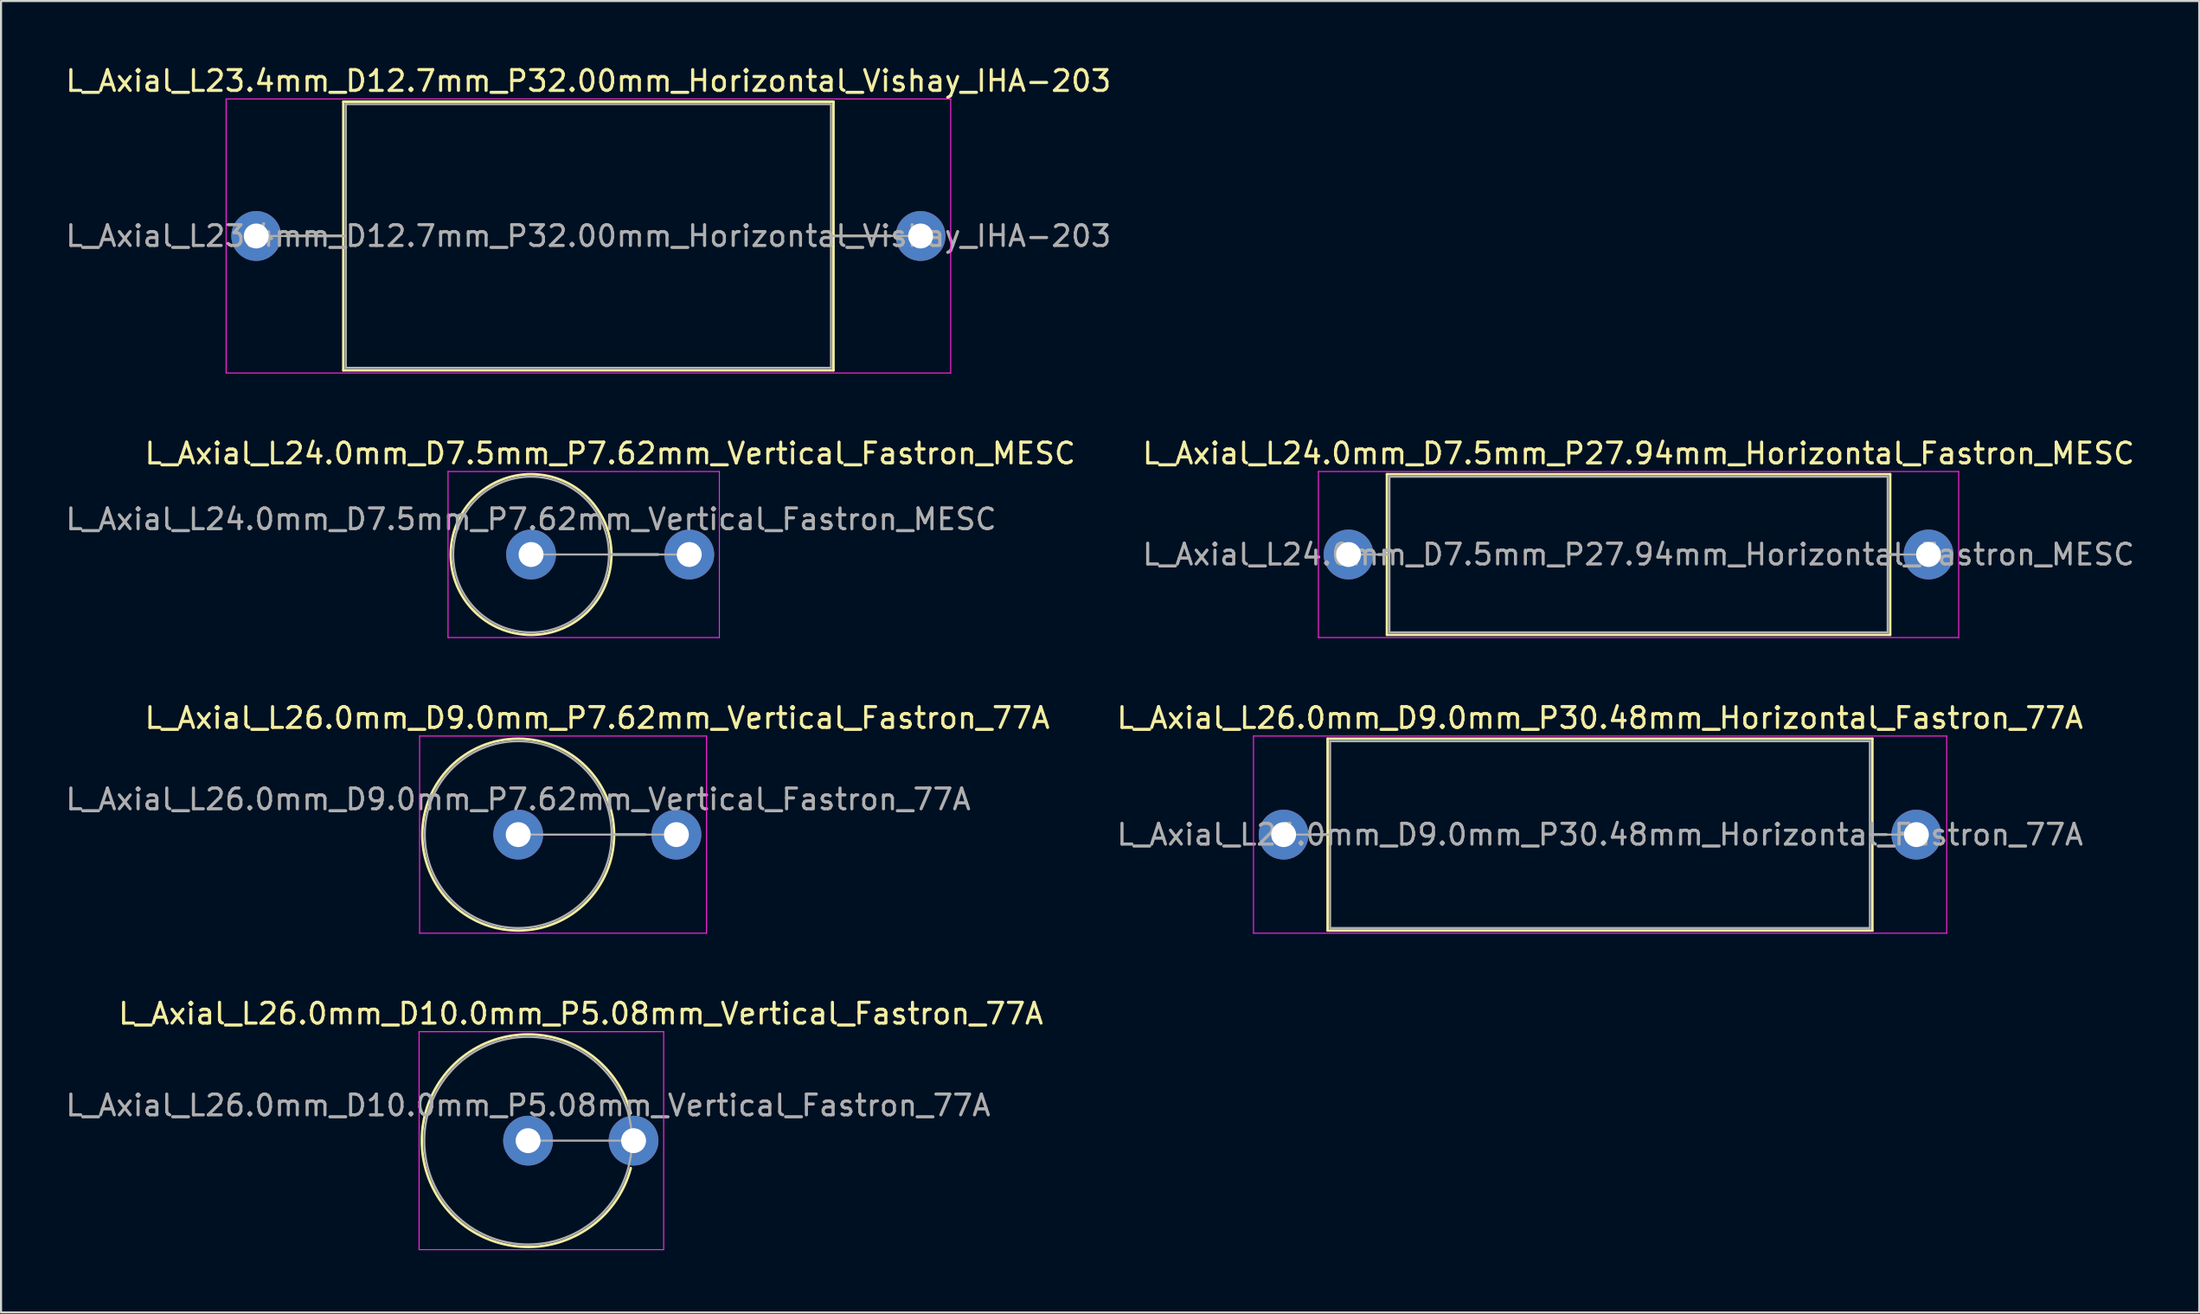
<source format=kicad_pcb>
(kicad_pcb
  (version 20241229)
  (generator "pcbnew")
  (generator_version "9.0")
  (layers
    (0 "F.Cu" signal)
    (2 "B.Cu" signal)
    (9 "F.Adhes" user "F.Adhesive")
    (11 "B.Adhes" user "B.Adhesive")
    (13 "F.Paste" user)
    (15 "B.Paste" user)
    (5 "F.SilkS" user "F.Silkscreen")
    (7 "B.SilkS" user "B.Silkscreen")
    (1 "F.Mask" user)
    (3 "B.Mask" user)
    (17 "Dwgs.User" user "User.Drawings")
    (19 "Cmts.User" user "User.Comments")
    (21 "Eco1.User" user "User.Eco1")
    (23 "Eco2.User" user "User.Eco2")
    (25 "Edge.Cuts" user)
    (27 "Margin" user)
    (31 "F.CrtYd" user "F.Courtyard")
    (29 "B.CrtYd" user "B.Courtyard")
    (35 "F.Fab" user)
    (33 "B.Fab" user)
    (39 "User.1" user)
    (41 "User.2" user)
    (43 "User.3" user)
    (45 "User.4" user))
  (footprint "L_Axial_L24.0mm_D7.5mm_P7.62mm_Vertical_Fastron_MESC"
    (layer "F.Cu")
    (at 22.53 23.662)
    (property "Reference" "L_Axial_L24.0mm_D7.5mm_P7.62mm_Vertical_Fastron_MESC" (at 3.81 -4.87 0) (layer "F.SilkS") (effects (font (size 1 1) (thickness 0.15))))
    (attr through_hole)
    (fp_line (start 3.87 0) (end 6.12 0) (stroke (width 0.12) (type solid)) (layer "F.SilkS"))
    (fp_circle (center 0 0) (end 3.87 0) (stroke (width 0.12) (type solid)) (fill no) (layer "F.SilkS"))
    (fp_line (start -4 -4) (end -4 4) (stroke (width 0.05) (type solid)) (layer "F.CrtYd"))
    (fp_line (start -4 4) (end 9.07 4) (stroke (width 0.05) (type solid)) (layer "F.CrtYd"))
    (fp_line (start 9.07 -4) (end -4 -4) (stroke (width 0.05) (type solid)) (layer "F.CrtYd"))
    (fp_line (start 9.07 4) (end 9.07 -4) (stroke (width 0.05) (type solid)) (layer "F.CrtYd"))
    (fp_line (start 0 0) (end 7.62 0) (stroke (width 0.1) (type solid)) (layer "F.Fab"))
    (fp_circle (center 0 0) (end 3.75 0) (stroke (width 0.1) (type solid)) (fill no) (layer "F.Fab"))
    (fp_text user "${REFERENCE}" (at 0 -1.7 0) (layer "F.Fab") (effects (font (size 1 1) (thickness 0.15))))
    (pad "1" thru_hole circle (at 0 0) (size 2.4 2.4) (drill 1.2) (layers "*.Cu" "*.Mask"))
    (pad "2" thru_hole oval (at 7.62 0) (size 2.4 2.4) (drill 1.2) (layers "*.Cu" "*.Mask")))
  (footprint "L_Axial_L23.4mm_D12.7mm_P32.00mm_Horizontal_Vishay_IHA-203"
    (layer "F.Cu")
    (at 9.292 8.318)
    (property "Reference" "L_Axial_L23.4mm_D12.7mm_P32.00mm_Horizontal_Vishay_IHA-203" (at 16 -7.47 0) (layer "F.SilkS") (effects (font (size 1 1) (thickness 0.15))))
    (attr through_hole)
    (fp_line (start 1.44 0) (end 4.195 0) (stroke (width 0.12) (type solid)) (layer "F.SilkS"))
    (fp_line (start 4.195 -6.47) (end 4.195 6.47) (stroke (width 0.12) (type solid)) (layer "F.SilkS"))
    (fp_line (start 4.195 6.47) (end 27.805 6.47) (stroke (width 0.12) (type solid)) (layer "F.SilkS"))
    (fp_line (start 27.805 -6.47) (end 4.195 -6.47) (stroke (width 0.12) (type solid)) (layer "F.SilkS"))
    (fp_line (start 27.805 6.47) (end 27.805 -6.47) (stroke (width 0.12) (type solid)) (layer "F.SilkS"))
    (fp_line (start 30.56 0) (end 27.805 0) (stroke (width 0.12) (type solid)) (layer "F.SilkS"))
    (fp_line (start -1.45 -6.6) (end -1.45 6.6) (stroke (width 0.05) (type solid)) (layer "F.CrtYd"))
    (fp_line (start -1.45 6.6) (end 33.45 6.6) (stroke (width 0.05) (type solid)) (layer "F.CrtYd"))
    (fp_line (start 33.45 -6.6) (end -1.45 -6.6) (stroke (width 0.05) (type solid)) (layer "F.CrtYd"))
    (fp_line (start 33.45 6.6) (end 33.45 -6.6) (stroke (width 0.05) (type solid)) (layer "F.CrtYd"))
    (fp_line (start 0 0) (end 4.315 0) (stroke (width 0.1) (type solid)) (layer "F.Fab"))
    (fp_line (start 4.315 -6.35) (end 4.315 6.35) (stroke (width 0.1) (type solid)) (layer "F.Fab"))
    (fp_line (start 4.315 6.35) (end 27.685 6.35) (stroke (width 0.1) (type solid)) (layer "F.Fab"))
    (fp_line (start 27.685 -6.35) (end 4.315 -6.35) (stroke (width 0.1) (type solid)) (layer "F.Fab"))
    (fp_line (start 27.685 6.35) (end 27.685 -6.35) (stroke (width 0.1) (type solid)) (layer "F.Fab"))
    (fp_line (start 32 0) (end 27.685 0) (stroke (width 0.1) (type solid)) (layer "F.Fab"))
    (fp_text user "${REFERENCE}" (at 16 0 0) (layer "F.Fab") (effects (font (size 1 1) (thickness 0.15))))
    (pad "1" thru_hole circle (at 0 0) (size 2.4 2.4) (drill 1.2) (layers "*.Cu" "*.Mask"))
    (pad "2" thru_hole oval (at 32 0) (size 2.4 2.4) (drill 1.2) (layers "*.Cu" "*.Mask")))
  (footprint "L_Axial_L24.0mm_D7.5mm_P27.94mm_Horizontal_Fastron_MESC"
    (layer "F.Cu")
    (at 61.905 23.662)
    (property "Reference" "L_Axial_L24.0mm_D7.5mm_P27.94mm_Horizontal_Fastron_MESC" (at 13.97 -4.87 0) (layer "F.SilkS") (effects (font (size 1 1) (thickness 0.15))))
    (attr through_hole)
    (fp_line (start 1.44 0) (end 1.85 0) (stroke (width 0.12) (type solid)) (layer "F.SilkS"))
    (fp_line (start 1.85 -3.87) (end 1.85 3.87) (stroke (width 0.12) (type solid)) (layer "F.SilkS"))
    (fp_line (start 1.85 3.87) (end 26.09 3.87) (stroke (width 0.12) (type solid)) (layer "F.SilkS"))
    (fp_line (start 26.09 -3.87) (end 1.85 -3.87) (stroke (width 0.12) (type solid)) (layer "F.SilkS"))
    (fp_line (start 26.09 3.87) (end 26.09 -3.87) (stroke (width 0.12) (type solid)) (layer "F.SilkS"))
    (fp_line (start 26.5 0) (end 26.09 0) (stroke (width 0.12) (type solid)) (layer "F.SilkS"))
    (fp_line (start -1.45 -4) (end -1.45 4) (stroke (width 0.05) (type solid)) (layer "F.CrtYd"))
    (fp_line (start -1.45 4) (end 29.39 4) (stroke (width 0.05) (type solid)) (layer "F.CrtYd"))
    (fp_line (start 29.39 -4) (end -1.45 -4) (stroke (width 0.05) (type solid)) (layer "F.CrtYd"))
    (fp_line (start 29.39 4) (end 29.39 -4) (stroke (width 0.05) (type solid)) (layer "F.CrtYd"))
    (fp_line (start 0 0) (end 1.97 0) (stroke (width 0.1) (type solid)) (layer "F.Fab"))
    (fp_line (start 1.97 -3.75) (end 1.97 3.75) (stroke (width 0.1) (type solid)) (layer "F.Fab"))
    (fp_line (start 1.97 3.75) (end 25.97 3.75) (stroke (width 0.1) (type solid)) (layer "F.Fab"))
    (fp_line (start 25.97 -3.75) (end 1.97 -3.75) (stroke (width 0.1) (type solid)) (layer "F.Fab"))
    (fp_line (start 25.97 3.75) (end 25.97 -3.75) (stroke (width 0.1) (type solid)) (layer "F.Fab"))
    (fp_line (start 27.94 0) (end 25.97 0) (stroke (width 0.1) (type solid)) (layer "F.Fab"))
    (fp_text user "${REFERENCE}" (at 13.97 0 0) (layer "F.Fab") (effects (font (size 1 1) (thickness 0.15))))
    (pad "1" thru_hole circle (at 0 0) (size 2.4 2.4) (drill 1.2) (layers "*.Cu" "*.Mask"))
    (pad "2" thru_hole oval (at 27.94 0) (size 2.4 2.4) (drill 1.2) (layers "*.Cu" "*.Mask")))
  (footprint "L_Axial_L26.0mm_D9.0mm_P7.62mm_Vertical_Fastron_77A"
    (layer "F.Cu")
    (at 21.911 37.155)
    (property "Reference" "L_Axial_L26.0mm_D9.0mm_P7.62mm_Vertical_Fastron_77A" (at 3.81 -5.62 0) (layer "F.SilkS") (effects (font (size 1 1) (thickness 0.15))))
    (attr through_hole)
    (fp_line (start 4.62 0) (end 6.12 0) (stroke (width 0.12) (type solid)) (layer "F.SilkS"))
    (fp_circle (center 0 0) (end 4.62 0) (stroke (width 0.12) (type solid)) (fill no) (layer "F.SilkS"))
    (fp_line (start -4.75 -4.75) (end -4.75 4.75) (stroke (width 0.05) (type solid)) (layer "F.CrtYd"))
    (fp_line (start -4.75 4.75) (end 9.07 4.75) (stroke (width 0.05) (type solid)) (layer "F.CrtYd"))
    (fp_line (start 9.07 -4.75) (end -4.75 -4.75) (stroke (width 0.05) (type solid)) (layer "F.CrtYd"))
    (fp_line (start 9.07 4.75) (end 9.07 -4.75) (stroke (width 0.05) (type solid)) (layer "F.CrtYd"))
    (fp_line (start 0 0) (end 7.62 0) (stroke (width 0.1) (type solid)) (layer "F.Fab"))
    (fp_circle (center 0 0) (end 4.5 0) (stroke (width 0.1) (type solid)) (fill no) (layer "F.Fab"))
    (fp_text user "${REFERENCE}" (at 0 -1.7 0) (layer "F.Fab") (effects (font (size 1 1) (thickness 0.15))))
    (pad "1" thru_hole circle (at 0 0) (size 2.4 2.4) (drill 1.2) (layers "*.Cu" "*.Mask"))
    (pad "2" thru_hole oval (at 7.62 0) (size 2.4 2.4) (drill 1.2) (layers "*.Cu" "*.Mask")))
  (footprint "L_Axial_L26.0mm_D9.0mm_P30.48mm_Horizontal_Fastron_77A"
    (layer "F.Cu")
    (at 58.778 37.155)
    (property "Reference" "L_Axial_L26.0mm_D9.0mm_P30.48mm_Horizontal_Fastron_77A" (at 15.24 -5.62 0) (layer "F.SilkS") (effects (font (size 1 1) (thickness 0.15))))
    (attr through_hole)
    (fp_line (start 1.44 0) (end 2.12 0) (stroke (width 0.12) (type solid)) (layer "F.SilkS"))
    (fp_line (start 2.12 -4.62) (end 2.12 4.62) (stroke (width 0.12) (type solid)) (layer "F.SilkS"))
    (fp_line (start 2.12 4.62) (end 28.36 4.62) (stroke (width 0.12) (type solid)) (layer "F.SilkS"))
    (fp_line (start 28.36 -4.62) (end 2.12 -4.62) (stroke (width 0.12) (type solid)) (layer "F.SilkS"))
    (fp_line (start 28.36 4.62) (end 28.36 -4.62) (stroke (width 0.12) (type solid)) (layer "F.SilkS"))
    (fp_line (start 29.04 0) (end 28.36 0) (stroke (width 0.12) (type solid)) (layer "F.SilkS"))
    (fp_line (start -1.45 -4.75) (end -1.45 4.75) (stroke (width 0.05) (type solid)) (layer "F.CrtYd"))
    (fp_line (start -1.45 4.75) (end 31.94 4.75) (stroke (width 0.05) (type solid)) (layer "F.CrtYd"))
    (fp_line (start 31.94 -4.75) (end -1.45 -4.75) (stroke (width 0.05) (type solid)) (layer "F.CrtYd"))
    (fp_line (start 31.94 4.75) (end 31.94 -4.75) (stroke (width 0.05) (type solid)) (layer "F.CrtYd"))
    (fp_line (start 0 0) (end 2.24 0) (stroke (width 0.1) (type solid)) (layer "F.Fab"))
    (fp_line (start 2.24 -4.5) (end 2.24 4.5) (stroke (width 0.1) (type solid)) (layer "F.Fab"))
    (fp_line (start 2.24 4.5) (end 28.24 4.5) (stroke (width 0.1) (type solid)) (layer "F.Fab"))
    (fp_line (start 28.24 -4.5) (end 2.24 -4.5) (stroke (width 0.1) (type solid)) (layer "F.Fab"))
    (fp_line (start 28.24 4.5) (end 28.24 -4.5) (stroke (width 0.1) (type solid)) (layer "F.Fab"))
    (fp_line (start 30.48 0) (end 28.24 0) (stroke (width 0.1) (type solid)) (layer "F.Fab"))
    (fp_text user "${REFERENCE}" (at 15.24 0 0) (layer "F.Fab") (effects (font (size 1 1) (thickness 0.15))))
    (pad "1" thru_hole circle (at 0 0) (size 2.4 2.4) (drill 1.2) (layers "*.Cu" "*.Mask"))
    (pad "2" thru_hole oval (at 30.48 0) (size 2.4 2.4) (drill 1.2) (layers "*.Cu" "*.Mask")))
  (footprint "L_Axial_L26.0mm_D10.0mm_P5.08mm_Vertical_Fastron_77A"
    (layer "F.Cu")
    (at 22.387 51.898)
    (property "Reference" "L_Axial_L26.0mm_D10.0mm_P5.08mm_Vertical_Fastron_77A" (at 2.54 -6.12 0) (layer "F.SilkS") (effects (font (size 1 1) (thickness 0.15))))
    (attr through_hole)
    (fp_arc (start 4.946918 1.32) (mid -5.12 0) (end 4.946918 -1.32) (stroke (width 0.12) (type solid)) (layer "F.SilkS"))
    (fp_line (start -5.25 -5.25) (end -5.25 5.25) (stroke (width 0.05) (type solid)) (layer "F.CrtYd"))
    (fp_line (start -5.25 5.25) (end 6.53 5.25) (stroke (width 0.05) (type solid)) (layer "F.CrtYd"))
    (fp_line (start 6.53 -5.25) (end -5.25 -5.25) (stroke (width 0.05) (type solid)) (layer "F.CrtYd"))
    (fp_line (start 6.53 5.25) (end 6.53 -5.25) (stroke (width 0.05) (type solid)) (layer "F.CrtYd"))
    (fp_line (start 0 0) (end 5.08 0) (stroke (width 0.1) (type solid)) (layer "F.Fab"))
    (fp_circle (center 0 0) (end 5 0) (stroke (width 0.1) (type solid)) (fill no) (layer "F.Fab"))
    (fp_text user "${REFERENCE}" (at 0 -1.7 0) (layer "F.Fab") (effects (font (size 1 1) (thickness 0.15))))
    (pad "1" thru_hole circle (at 0 0) (size 2.4 2.4) (drill 1.2) (layers "*.Cu" "*.Mask"))
    (pad "2" thru_hole oval (at 5.08 0) (size 2.4 2.4) (drill 1.2) (layers "*.Cu" "*.Mask")))
  (gr_rect
    (start -3 -3)
    (end 102.881 60.173)
    (stroke (width 0.1) (type default))
    (fill no)
    (layer "Edge.Cuts")))
</source>
